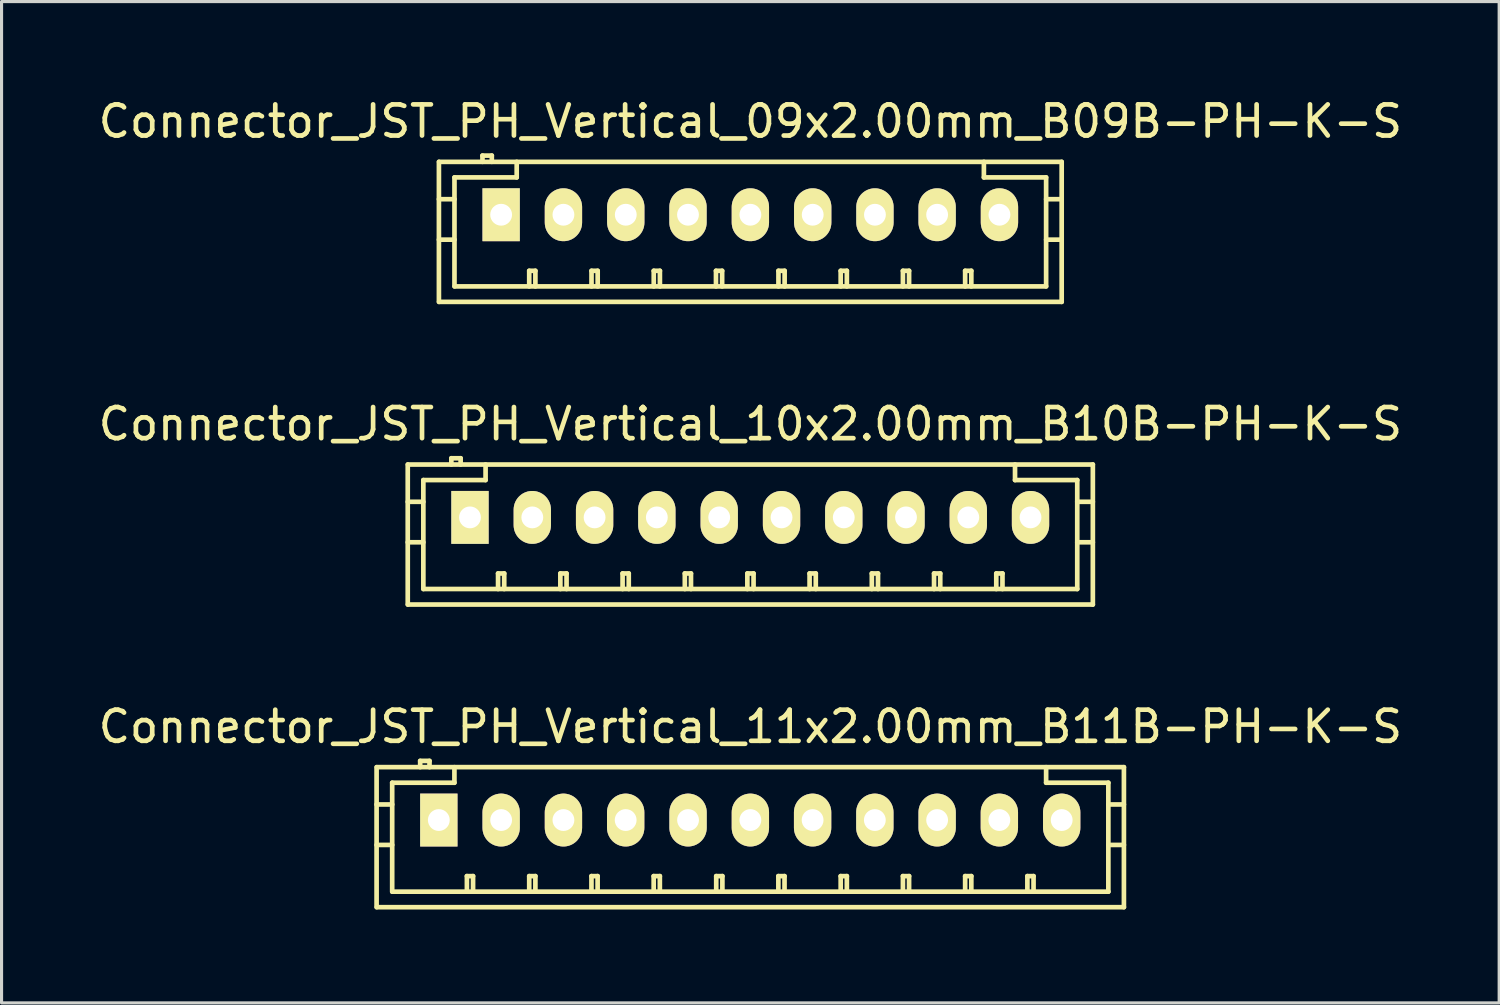
<source format=kicad_pcb>
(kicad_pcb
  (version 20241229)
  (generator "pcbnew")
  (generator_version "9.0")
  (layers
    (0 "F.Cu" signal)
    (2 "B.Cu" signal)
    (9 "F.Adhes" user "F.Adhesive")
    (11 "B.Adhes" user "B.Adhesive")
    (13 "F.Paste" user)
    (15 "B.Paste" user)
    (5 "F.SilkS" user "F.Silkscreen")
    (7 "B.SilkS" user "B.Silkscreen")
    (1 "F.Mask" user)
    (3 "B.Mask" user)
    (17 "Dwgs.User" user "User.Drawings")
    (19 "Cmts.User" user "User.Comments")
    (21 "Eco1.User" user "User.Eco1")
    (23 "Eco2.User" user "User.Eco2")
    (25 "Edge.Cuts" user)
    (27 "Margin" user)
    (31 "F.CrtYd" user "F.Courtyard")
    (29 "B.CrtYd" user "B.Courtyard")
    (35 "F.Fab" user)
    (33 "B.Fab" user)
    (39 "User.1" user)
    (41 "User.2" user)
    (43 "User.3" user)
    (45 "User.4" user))
  (footprint "Connector_JST_PH_Vertical_09x2.00mm_B09B-PH-K-S"
    (layer "F.Cu")
    (at 13.054 3.848)
    (property "Reference" "Connector_JST_PH_Vertical_09x2.00mm_B09B-PH-K-S" (at 8 -3 0) (layer "F.SilkS") (effects (font (size 1 1) (thickness 0.15))))
    (attr through_hole)
    (fp_line (start -2.005 -1.699) (end -2.005 2.799) (stroke (width 0.15) (type solid)) (layer "F.SilkS"))
    (fp_line (start -1.505 -1.199) (end -1.505 2.301) (stroke (width 0.15) (type solid)) (layer "F.SilkS"))
    (fp_line (start -1.505 -0.5) (end -2.005 -0.5) (stroke (width 0.15) (type solid)) (layer "F.SilkS"))
    (fp_line (start -1.505 0.8) (end -2.005 0.8) (stroke (width 0.15) (type solid)) (layer "F.SilkS"))
    (fp_line (start -1.5 2.301) (end 17.5 2.301) (stroke (width 0.15) (type solid)) (layer "F.SilkS"))
    (fp_line (start -0.606 -1.9) (end -0.606 -1.699) (stroke (width 0.15) (type solid)) (layer "F.SilkS"))
    (fp_line (start -0.306 -1.9) (end -0.606 -1.9) (stroke (width 0.15) (type solid)) (layer "F.SilkS"))
    (fp_line (start -0.306 -1.699) (end -0.306 -1.9) (stroke (width 0.15) (type solid)) (layer "F.SilkS"))
    (fp_line (start 0.494 -1.699) (end 0.494 -1.199) (stroke (width 0.15) (type solid)) (layer "F.SilkS"))
    (fp_line (start 0.494 -1.199) (end -1.505 -1.199) (stroke (width 0.15) (type solid)) (layer "F.SilkS"))
    (fp_line (start 0.896 1.801) (end 1.094 1.801) (stroke (width 0.15) (type solid)) (layer "F.SilkS"))
    (fp_line (start 0.896 2.301) (end 0.896 1.801) (stroke (width 0.15) (type solid)) (layer "F.SilkS"))
    (fp_line (start 1.094 1.801) (end 1.094 2.301) (stroke (width 0.15) (type solid)) (layer "F.SilkS"))
    (fp_line (start 2.897 1.801) (end 3.095 1.801) (stroke (width 0.15) (type solid)) (layer "F.SilkS"))
    (fp_line (start 2.897 2.301) (end 2.897 1.801) (stroke (width 0.15) (type solid)) (layer "F.SilkS"))
    (fp_line (start 3.095 1.801) (end 3.095 2.301) (stroke (width 0.15) (type solid)) (layer "F.SilkS"))
    (fp_line (start 4.896 1.801) (end 5.094 1.801) (stroke (width 0.15) (type solid)) (layer "F.SilkS"))
    (fp_line (start 4.896 2.301) (end 4.896 1.801) (stroke (width 0.15) (type solid)) (layer "F.SilkS"))
    (fp_line (start 5.094 1.801) (end 5.094 2.301) (stroke (width 0.15) (type solid)) (layer "F.SilkS"))
    (fp_line (start 6.895 1.801) (end 7.093 1.801) (stroke (width 0.15) (type solid)) (layer "F.SilkS"))
    (fp_line (start 6.895 2.301) (end 6.895 1.801) (stroke (width 0.15) (type solid)) (layer "F.SilkS"))
    (fp_line (start 7.093 1.801) (end 7.093 2.301) (stroke (width 0.15) (type solid)) (layer "F.SilkS"))
    (fp_line (start 8.902 1.801) (end 9.1 1.801) (stroke (width 0.15) (type solid)) (layer "F.SilkS"))
    (fp_line (start 8.902 2.301) (end 8.902 1.801) (stroke (width 0.15) (type solid)) (layer "F.SilkS"))
    (fp_line (start 9.1 1.801) (end 9.1 2.301) (stroke (width 0.15) (type solid)) (layer "F.SilkS"))
    (fp_line (start 10.901 1.801) (end 11.099 1.801) (stroke (width 0.15) (type solid)) (layer "F.SilkS"))
    (fp_line (start 10.901 2.301) (end 10.901 1.801) (stroke (width 0.15) (type solid)) (layer "F.SilkS"))
    (fp_line (start 11.099 1.801) (end 11.099 2.301) (stroke (width 0.15) (type solid)) (layer "F.SilkS"))
    (fp_line (start 12.9 1.801) (end 13.098 1.801) (stroke (width 0.15) (type solid)) (layer "F.SilkS"))
    (fp_line (start 12.9 2.301) (end 12.9 1.801) (stroke (width 0.15) (type solid)) (layer "F.SilkS"))
    (fp_line (start 13.098 1.801) (end 13.098 2.301) (stroke (width 0.15) (type solid)) (layer "F.SilkS"))
    (fp_line (start 14.899 1.801) (end 15.097 1.801) (stroke (width 0.15) (type solid)) (layer "F.SilkS"))
    (fp_line (start 14.899 2.301) (end 14.899 1.801) (stroke (width 0.15) (type solid)) (layer "F.SilkS"))
    (fp_line (start 15.097 1.801) (end 15.097 2.301) (stroke (width 0.15) (type solid)) (layer "F.SilkS"))
    (fp_line (start 15.501 -1.199) (end 15.501 -1.699) (stroke (width 0.15) (type solid)) (layer "F.SilkS"))
    (fp_line (start 17.5 -1.199) (end 15.501 -1.199) (stroke (width 0.15) (type solid)) (layer "F.SilkS"))
    (fp_line (start 17.5 0.8) (end 18 0.8) (stroke (width 0.15) (type solid)) (layer "F.SilkS"))
    (fp_line (start 17.5 2.301) (end 17.5 -1.199) (stroke (width 0.15) (type solid)) (layer "F.SilkS"))
    (fp_line (start 18 -1.699) (end -2 -1.699) (stroke (width 0.15) (type solid)) (layer "F.SilkS"))
    (fp_line (start 18 -1.699) (end 18 2.799) (stroke (width 0.15) (type solid)) (layer "F.SilkS"))
    (fp_line (start 18 -0.5) (end 17.5 -0.5) (stroke (width 0.15) (type solid)) (layer "F.SilkS"))
    (fp_line (start 18 2.799) (end -2 2.799) (stroke (width 0.15) (type solid)) (layer "F.SilkS"))
    (pad "1" thru_hole rect (at -0.006 0) (size 1.199 1.699) (drill 0.701) (layers "*.Cu" "*.Mask" "F.SilkS"))
    (pad "2" thru_hole oval (at 1.995 0) (size 1.199 1.699) (drill 0.701) (layers "*.Cu" "*.Mask" "F.SilkS"))
    (pad "3" thru_hole oval (at 3.997 0) (size 1.199 1.699) (drill 0.701) (layers "*.Cu" "*.Mask" "F.SilkS"))
    (pad "4" thru_hole oval (at 5.996 0) (size 1.199 1.699) (drill 0.701) (layers "*.Cu" "*.Mask" "F.SilkS"))
    (pad "5" thru_hole oval (at 8 0) (size 1.199 1.699) (drill 0.701) (layers "*.Cu" "*.Mask" "F.SilkS"))
    (pad "6" thru_hole oval (at 10.002 0) (size 1.199 1.699) (drill 0.701) (layers "*.Cu" "*.Mask" "F.SilkS"))
    (pad "7" thru_hole oval (at 12.001 0) (size 1.199 1.699) (drill 0.701) (layers "*.Cu" "*.Mask" "F.SilkS"))
    (pad "8" thru_hole oval (at 13.999 0) (size 1.199 1.699) (drill 0.701) (layers "*.Cu" "*.Mask" "F.SilkS"))
    (pad "9" thru_hole oval (at 16.001 0) (size 1.199 1.699) (drill 0.701) (layers "*.Cu" "*.Mask" "F.SilkS")))
  (footprint "Connector_JST_PH_Vertical_10x2.00mm_B10B-PH-K-S"
    (layer "F.Cu")
    (at 12.054 13.57)
    (property "Reference" "Connector_JST_PH_Vertical_10x2.00mm_B10B-PH-K-S" (at 9 -3 0) (layer "F.SilkS") (effects (font (size 1 1) (thickness 0.15))))
    (attr through_hole)
    (fp_line (start -2.006 -1.699) (end -2.006 2.799) (stroke (width 0.15) (type solid)) (layer "F.SilkS"))
    (fp_line (start -2.001 -1.699) (end 20.001 -1.699) (stroke (width 0.15) (type solid)) (layer "F.SilkS"))
    (fp_line (start -2.001 2.799) (end 20.001 2.799) (stroke (width 0.15) (type solid)) (layer "F.SilkS"))
    (fp_line (start -1.505 -1.199) (end -1.505 2.301) (stroke (width 0.15) (type solid)) (layer "F.SilkS"))
    (fp_line (start -1.505 -0.5) (end -2.006 -0.5) (stroke (width 0.15) (type solid)) (layer "F.SilkS"))
    (fp_line (start -1.505 0.8) (end -2.006 0.8) (stroke (width 0.15) (type solid)) (layer "F.SilkS"))
    (fp_line (start -0.606 -1.9) (end -0.606 -1.699) (stroke (width 0.15) (type solid)) (layer "F.SilkS"))
    (fp_line (start -0.307 -1.9) (end -0.606 -1.9) (stroke (width 0.15) (type solid)) (layer "F.SilkS"))
    (fp_line (start -0.307 -1.699) (end -0.307 -1.9) (stroke (width 0.15) (type solid)) (layer "F.SilkS"))
    (fp_line (start 0.494 -1.699) (end 0.494 -1.199) (stroke (width 0.15) (type solid)) (layer "F.SilkS"))
    (fp_line (start 0.494 -1.199) (end -1.505 -1.199) (stroke (width 0.15) (type solid)) (layer "F.SilkS"))
    (fp_line (start 0.895 1.801) (end 1.093 1.801) (stroke (width 0.15) (type solid)) (layer "F.SilkS"))
    (fp_line (start 0.895 2.301) (end 0.895 1.801) (stroke (width 0.15) (type solid)) (layer "F.SilkS"))
    (fp_line (start 1.093 1.801) (end 1.093 2.301) (stroke (width 0.15) (type solid)) (layer "F.SilkS"))
    (fp_line (start 2.896 1.801) (end 3.095 1.801) (stroke (width 0.15) (type solid)) (layer "F.SilkS"))
    (fp_line (start 2.896 2.301) (end 2.896 1.801) (stroke (width 0.15) (type solid)) (layer "F.SilkS"))
    (fp_line (start 3.095 1.801) (end 3.095 2.301) (stroke (width 0.15) (type solid)) (layer "F.SilkS"))
    (fp_line (start 4.895 1.801) (end 5.093 1.801) (stroke (width 0.15) (type solid)) (layer "F.SilkS"))
    (fp_line (start 4.895 2.301) (end 4.895 1.801) (stroke (width 0.15) (type solid)) (layer "F.SilkS"))
    (fp_line (start 5.093 1.801) (end 5.093 2.301) (stroke (width 0.15) (type solid)) (layer "F.SilkS"))
    (fp_line (start 6.894 1.801) (end 7.092 1.801) (stroke (width 0.15) (type solid)) (layer "F.SilkS"))
    (fp_line (start 6.894 2.301) (end 6.894 1.801) (stroke (width 0.15) (type solid)) (layer "F.SilkS"))
    (fp_line (start 7.092 1.801) (end 7.092 2.301) (stroke (width 0.15) (type solid)) (layer "F.SilkS"))
    (fp_line (start 8.903 1.801) (end 9.102 1.801) (stroke (width 0.15) (type solid)) (layer "F.SilkS"))
    (fp_line (start 8.903 2.301) (end 8.903 1.801) (stroke (width 0.15) (type solid)) (layer "F.SilkS"))
    (fp_line (start 9.102 1.801) (end 9.102 2.301) (stroke (width 0.15) (type solid)) (layer "F.SilkS"))
    (fp_line (start 10.902 1.801) (end 11.101 1.801) (stroke (width 0.15) (type solid)) (layer "F.SilkS"))
    (fp_line (start 10.902 2.301) (end 10.902 1.801) (stroke (width 0.15) (type solid)) (layer "F.SilkS"))
    (fp_line (start 11.101 1.801) (end 11.101 2.301) (stroke (width 0.15) (type solid)) (layer "F.SilkS"))
    (fp_line (start 12.901 1.801) (end 13.1 1.801) (stroke (width 0.15) (type solid)) (layer "F.SilkS"))
    (fp_line (start 12.901 2.301) (end 12.901 1.801) (stroke (width 0.15) (type solid)) (layer "F.SilkS"))
    (fp_line (start 13.1 1.801) (end 13.1 2.301) (stroke (width 0.15) (type solid)) (layer "F.SilkS"))
    (fp_line (start 14.9 1.801) (end 15.099 1.801) (stroke (width 0.15) (type solid)) (layer "F.SilkS"))
    (fp_line (start 14.9 2.301) (end 14.9 1.801) (stroke (width 0.15) (type solid)) (layer "F.SilkS"))
    (fp_line (start 15.099 1.801) (end 15.099 2.301) (stroke (width 0.15) (type solid)) (layer "F.SilkS"))
    (fp_line (start 16.899 1.801) (end 17.098 1.801) (stroke (width 0.15) (type solid)) (layer "F.SilkS"))
    (fp_line (start 16.899 2.301) (end 16.899 1.801) (stroke (width 0.15) (type solid)) (layer "F.SilkS"))
    (fp_line (start 17.098 1.801) (end 17.098 2.301) (stroke (width 0.15) (type solid)) (layer "F.SilkS"))
    (fp_line (start 17.501 -1.199) (end 17.501 -1.699) (stroke (width 0.15) (type solid)) (layer "F.SilkS"))
    (fp_line (start 19.5 -1.199) (end 17.501 -1.199) (stroke (width 0.15) (type solid)) (layer "F.SilkS"))
    (fp_line (start 19.5 0.8) (end 20.001 0.8) (stroke (width 0.15) (type solid)) (layer "F.SilkS"))
    (fp_line (start 19.5 2.301) (end -1.5 2.301) (stroke (width 0.15) (type solid)) (layer "F.SilkS"))
    (fp_line (start 19.5 2.301) (end 19.5 -1.199) (stroke (width 0.15) (type solid)) (layer "F.SilkS"))
    (fp_line (start 20.001 -1.699) (end 20.001 2.799) (stroke (width 0.15) (type solid)) (layer "F.SilkS"))
    (fp_line (start 20.001 -0.5) (end 19.5 -0.5) (stroke (width 0.15) (type solid)) (layer "F.SilkS"))
    (pad "1" thru_hole rect (at -0.007 0) (size 1.199 1.699) (drill 0.701) (layers "*.Cu" "*.Mask" "F.SilkS"))
    (pad "2" thru_hole oval (at 1.995 0) (size 1.199 1.699) (drill 0.701) (layers "*.Cu" "*.Mask" "F.SilkS"))
    (pad "3" thru_hole oval (at 3.996 0) (size 1.199 1.699) (drill 0.701) (layers "*.Cu" "*.Mask" "F.SilkS"))
    (pad "4" thru_hole oval (at 5.995 0) (size 1.199 1.699) (drill 0.701) (layers "*.Cu" "*.Mask" "F.SilkS"))
    (pad "5" thru_hole oval (at 7.999 0) (size 1.199 1.699) (drill 0.701) (layers "*.Cu" "*.Mask" "F.SilkS"))
    (pad "6" thru_hole oval (at 10.001 0) (size 1.199 1.699) (drill 0.701) (layers "*.Cu" "*.Mask" "F.SilkS"))
    (pad "7" thru_hole oval (at 12 0) (size 1.199 1.699) (drill 0.701) (layers "*.Cu" "*.Mask" "F.SilkS"))
    (pad "8" thru_hole oval (at 13.999 0) (size 1.199 1.699) (drill 0.701) (layers "*.Cu" "*.Mask" "F.SilkS"))
    (pad "9" thru_hole oval (at 16 0) (size 1.199 1.699) (drill 0.701) (layers "*.Cu" "*.Mask" "F.SilkS"))
    (pad "10" thru_hole oval (at 17.999 0) (size 1.199 1.699) (drill 0.701) (layers "*.Cu" "*.Mask" "F.SilkS")))
  (footprint "Connector_JST_PH_Vertical_11x2.00mm_B11B-PH-K-S"
    (layer "F.Cu")
    (at 11.054 23.292)
    (property "Reference" "Connector_JST_PH_Vertical_11x2.00mm_B11B-PH-K-S" (at 10 -3 0) (layer "F.SilkS") (effects (font (size 1 1) (thickness 0.15))))
    (attr through_hole)
    (fp_line (start -2.007 -1.699) (end -2.007 2.799) (stroke (width 0.15) (type solid)) (layer "F.SilkS"))
    (fp_line (start -1.506 -1.199) (end -1.506 2.301) (stroke (width 0.15) (type solid)) (layer "F.SilkS"))
    (fp_line (start -1.506 -0.5) (end -2.007 -0.5) (stroke (width 0.15) (type solid)) (layer "F.SilkS"))
    (fp_line (start -1.506 0.8) (end -2.007 0.8) (stroke (width 0.15) (type solid)) (layer "F.SilkS"))
    (fp_line (start -1.501 2.301) (end 21.501 2.301) (stroke (width 0.15) (type solid)) (layer "F.SilkS"))
    (fp_line (start -0.607 -1.9) (end -0.607 -1.699) (stroke (width 0.15) (type solid)) (layer "F.SilkS"))
    (fp_line (start -0.307 -1.9) (end -0.607 -1.9) (stroke (width 0.15) (type solid)) (layer "F.SilkS"))
    (fp_line (start -0.307 -1.699) (end -0.307 -1.9) (stroke (width 0.15) (type solid)) (layer "F.SilkS"))
    (fp_line (start 0.493 -1.699) (end 0.493 -1.199) (stroke (width 0.15) (type solid)) (layer "F.SilkS"))
    (fp_line (start 0.493 -1.199) (end -1.506 -1.199) (stroke (width 0.15) (type solid)) (layer "F.SilkS"))
    (fp_line (start 0.894 1.801) (end 1.092 1.801) (stroke (width 0.15) (type solid)) (layer "F.SilkS"))
    (fp_line (start 0.894 2.301) (end 0.894 1.801) (stroke (width 0.15) (type solid)) (layer "F.SilkS"))
    (fp_line (start 1.092 1.801) (end 1.092 2.301) (stroke (width 0.15) (type solid)) (layer "F.SilkS"))
    (fp_line (start 2.896 1.801) (end 3.094 1.801) (stroke (width 0.15) (type solid)) (layer "F.SilkS"))
    (fp_line (start 2.896 2.301) (end 2.896 1.801) (stroke (width 0.15) (type solid)) (layer "F.SilkS"))
    (fp_line (start 3.094 1.801) (end 3.094 2.301) (stroke (width 0.15) (type solid)) (layer "F.SilkS"))
    (fp_line (start 4.895 1.801) (end 5.093 1.801) (stroke (width 0.15) (type solid)) (layer "F.SilkS"))
    (fp_line (start 4.895 2.301) (end 4.895 1.801) (stroke (width 0.15) (type solid)) (layer "F.SilkS"))
    (fp_line (start 5.093 1.801) (end 5.093 2.301) (stroke (width 0.15) (type solid)) (layer "F.SilkS"))
    (fp_line (start 6.894 1.801) (end 7.092 1.801) (stroke (width 0.15) (type solid)) (layer "F.SilkS"))
    (fp_line (start 6.894 2.301) (end 6.894 1.801) (stroke (width 0.15) (type solid)) (layer "F.SilkS"))
    (fp_line (start 7.092 1.801) (end 7.092 2.301) (stroke (width 0.15) (type solid)) (layer "F.SilkS"))
    (fp_line (start 8.903 1.801) (end 9.101 1.801) (stroke (width 0.15) (type solid)) (layer "F.SilkS"))
    (fp_line (start 8.903 2.301) (end 8.903 1.801) (stroke (width 0.15) (type solid)) (layer "F.SilkS"))
    (fp_line (start 9.101 1.801) (end 9.101 2.301) (stroke (width 0.15) (type solid)) (layer "F.SilkS"))
    (fp_line (start 10.899 1.801) (end 11.097 1.801) (stroke (width 0.15) (type solid)) (layer "F.SilkS"))
    (fp_line (start 10.899 2.301) (end 10.899 1.801) (stroke (width 0.15) (type solid)) (layer "F.SilkS"))
    (fp_line (start 11.097 1.801) (end 11.097 2.301) (stroke (width 0.15) (type solid)) (layer "F.SilkS"))
    (fp_line (start 12.901 1.801) (end 13.099 1.801) (stroke (width 0.15) (type solid)) (layer "F.SilkS"))
    (fp_line (start 12.901 2.301) (end 12.901 1.801) (stroke (width 0.15) (type solid)) (layer "F.SilkS"))
    (fp_line (start 13.099 1.801) (end 13.099 2.301) (stroke (width 0.15) (type solid)) (layer "F.SilkS"))
    (fp_line (start 14.9 1.801) (end 15.098 1.801) (stroke (width 0.15) (type solid)) (layer "F.SilkS"))
    (fp_line (start 14.9 2.301) (end 14.9 1.801) (stroke (width 0.15) (type solid)) (layer "F.SilkS"))
    (fp_line (start 15.098 1.801) (end 15.098 2.301) (stroke (width 0.15) (type solid)) (layer "F.SilkS"))
    (fp_line (start 16.899 1.801) (end 17.097 1.801) (stroke (width 0.15) (type solid)) (layer "F.SilkS"))
    (fp_line (start 16.899 2.301) (end 16.899 1.801) (stroke (width 0.15) (type solid)) (layer "F.SilkS"))
    (fp_line (start 17.097 1.801) (end 17.097 2.301) (stroke (width 0.15) (type solid)) (layer "F.SilkS"))
    (fp_line (start 18.898 1.801) (end 19.096 1.801) (stroke (width 0.15) (type solid)) (layer "F.SilkS"))
    (fp_line (start 18.898 2.301) (end 18.898 1.801) (stroke (width 0.15) (type solid)) (layer "F.SilkS"))
    (fp_line (start 19.096 1.801) (end 19.096 2.301) (stroke (width 0.15) (type solid)) (layer "F.SilkS"))
    (fp_line (start 19.5 -1.199) (end 19.5 -1.699) (stroke (width 0.15) (type solid)) (layer "F.SilkS"))
    (fp_line (start 21.499 -1.199) (end 19.5 -1.199) (stroke (width 0.15) (type solid)) (layer "F.SilkS"))
    (fp_line (start 21.499 0.8) (end 21.999 0.8) (stroke (width 0.15) (type solid)) (layer "F.SilkS"))
    (fp_line (start 21.499 2.301) (end 21.499 -1.199) (stroke (width 0.15) (type solid)) (layer "F.SilkS"))
    (fp_line (start 21.999 -1.699) (end -1.999 -1.699) (stroke (width 0.15) (type solid)) (layer "F.SilkS"))
    (fp_line (start 21.999 -1.699) (end 21.999 2.799) (stroke (width 0.15) (type solid)) (layer "F.SilkS"))
    (fp_line (start 21.999 -0.5) (end 21.499 -0.5) (stroke (width 0.15) (type solid)) (layer "F.SilkS"))
    (fp_line (start 21.999 2.799) (end -1.999 2.799) (stroke (width 0.15) (type solid)) (layer "F.SilkS"))
    (pad "1" thru_hole rect (at -0.008 0) (size 1.199 1.699) (drill 0.701) (layers "*.Cu" "*.Mask" "F.SilkS"))
    (pad "2" thru_hole oval (at 1.994 0) (size 1.199 1.699) (drill 0.701) (layers "*.Cu" "*.Mask" "F.SilkS"))
    (pad "3" thru_hole oval (at 3.995 0) (size 1.199 1.699) (drill 0.701) (layers "*.Cu" "*.Mask" "F.SilkS"))
    (pad "4" thru_hole oval (at 5.994 0) (size 1.199 1.699) (drill 0.701) (layers "*.Cu" "*.Mask" "F.SilkS"))
    (pad "5" thru_hole oval (at 7.998 0) (size 1.199 1.699) (drill 0.701) (layers "*.Cu" "*.Mask" "F.SilkS"))
    (pad "6" thru_hole oval (at 10 0) (size 1.199 1.699) (drill 0.701) (layers "*.Cu" "*.Mask" "F.SilkS"))
    (pad "7" thru_hole oval (at 11.999 0) (size 1.199 1.699) (drill 0.701) (layers "*.Cu" "*.Mask" "F.SilkS"))
    (pad "8" thru_hole oval (at 13.998 0) (size 1.199 1.699) (drill 0.701) (layers "*.Cu" "*.Mask" "F.SilkS"))
    (pad "9" thru_hole oval (at 15.999 0) (size 1.199 1.699) (drill 0.701) (layers "*.Cu" "*.Mask" "F.SilkS"))
    (pad "10" thru_hole oval (at 17.998 0) (size 1.199 1.699) (drill 0.701) (layers "*.Cu" "*.Mask" "F.SilkS"))
    (pad "11" thru_hole oval (at 20 0) (size 1.199 1.699) (drill 0.701) (layers "*.Cu" "*.Mask" "F.SilkS")))
  (gr_rect
    (start -3 -3)
    (end 45.107 29.166)
    (stroke (width 0.1) (type default))
    (fill no)
    (layer "Edge.Cuts")))
</source>
